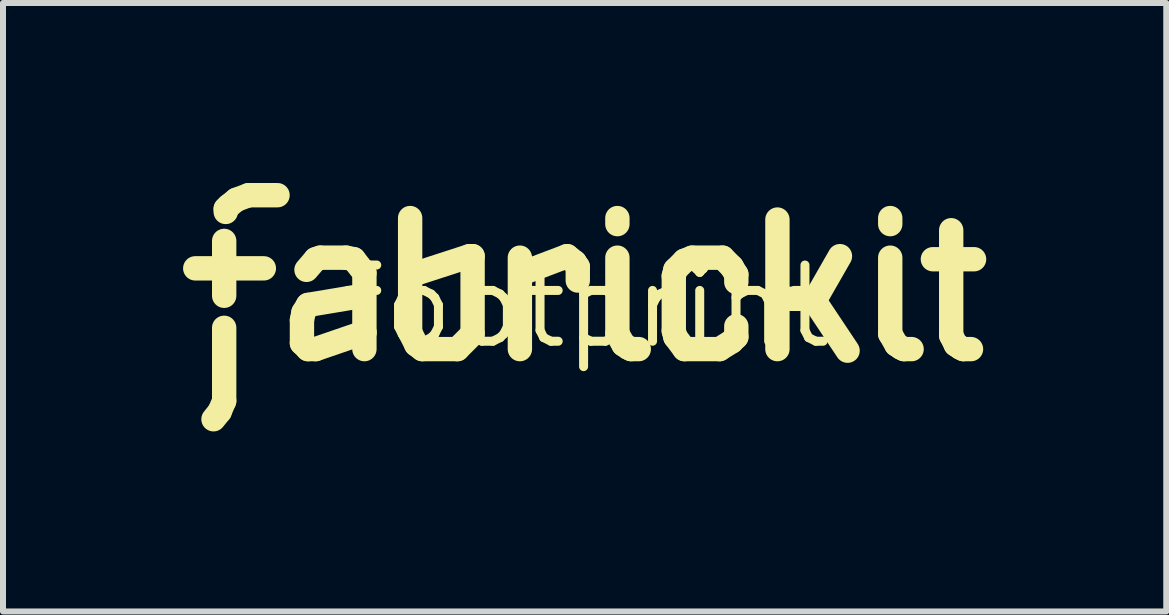
<source format=kicad_pcb>
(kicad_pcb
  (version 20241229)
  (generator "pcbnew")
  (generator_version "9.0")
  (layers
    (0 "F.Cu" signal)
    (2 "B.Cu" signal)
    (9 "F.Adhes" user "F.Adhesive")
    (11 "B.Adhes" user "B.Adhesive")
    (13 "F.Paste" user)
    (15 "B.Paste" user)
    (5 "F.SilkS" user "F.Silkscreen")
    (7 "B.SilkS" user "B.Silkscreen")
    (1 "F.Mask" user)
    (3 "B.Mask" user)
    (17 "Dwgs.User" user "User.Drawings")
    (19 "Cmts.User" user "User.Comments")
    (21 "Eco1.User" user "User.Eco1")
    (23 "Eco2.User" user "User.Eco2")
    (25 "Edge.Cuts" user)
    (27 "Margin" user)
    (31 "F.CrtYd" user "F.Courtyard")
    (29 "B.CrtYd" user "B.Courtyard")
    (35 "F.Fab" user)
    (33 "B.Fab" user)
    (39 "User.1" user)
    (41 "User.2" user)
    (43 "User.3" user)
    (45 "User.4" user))
  (footprint "footprint"
    (layer "F.Cu")
    (at 6.706 2.057)
    (property "Reference" "footprint" (at 0 0 0) (layer "F.SilkS") (effects (font (size 1.27 1.27) (thickness 0.15))))
    (fp_line (start -6.502 -0.635) (end -5.359 -0.635) (stroke (width 0.406) (type solid)) (layer "F.SilkS"))
    (fp_line (start -6.096 1.753) (end -6.198 1.88) (stroke (width 0.406) (type solid)) (layer "F.SilkS"))
    (fp_line (start -6.02 -1.092) (end -6.02 -0.178) (stroke (width 0.406) (type solid)) (layer "F.SilkS"))
    (fp_line (start -6.02 0.356) (end -6.02 1.575) (stroke (width 0.406) (type solid)) (layer "F.SilkS"))
    (fp_line (start -6.02 1.575) (end -6.096 1.753) (stroke (width 0.406) (type solid)) (layer "F.SilkS"))
    (fp_line (start -5.994 -1.626) (end -5.994 -1.575) (stroke (width 0.406) (type solid)) (layer "F.SilkS"))
    (fp_line (start -5.944 -1.676) (end -5.994 -1.626) (stroke (width 0.406) (type solid)) (layer "F.SilkS"))
    (fp_line (start -5.817 -1.778) (end -5.944 -1.676) (stroke (width 0.406) (type solid)) (layer "F.SilkS"))
    (fp_line (start -5.613 -1.854) (end -5.817 -1.778) (stroke (width 0.406) (type solid)) (layer "F.SilkS"))
    (fp_line (start -5.131 -1.854) (end -5.613 -1.854) (stroke (width 0.406) (type solid)) (layer "F.SilkS"))
    (fp_line (start -4.724 0.229) (end -4.724 0.61) (stroke (width 0.406) (type solid)) (layer "F.SilkS"))
    (fp_line (start -4.724 0.61) (end -4.623 0.711) (stroke (width 0.406) (type solid)) (layer "F.SilkS"))
    (fp_line (start -4.699 0.102) (end -4.724 0.229) (stroke (width 0.406) (type solid)) (layer "F.SilkS"))
    (fp_line (start -4.648 -0.61) (end -4.496 -0.787) (stroke (width 0.406) (type solid)) (layer "F.SilkS"))
    (fp_line (start -4.623 -0.025) (end -4.699 0.102) (stroke (width 0.406) (type solid)) (layer "F.SilkS"))
    (fp_line (start -4.623 0.711) (end -4.496 0.711) (stroke (width 0.406) (type solid)) (layer "F.SilkS"))
    (fp_line (start -4.496 -0.787) (end -4.42 -0.813) (stroke (width 0.406) (type solid)) (layer "F.SilkS"))
    (fp_line (start -4.496 0.711) (end -3.683 0.432) (stroke (width 0.406) (type solid)) (layer "F.SilkS"))
    (fp_line (start -4.42 -0.813) (end -3.988 -0.813) (stroke (width 0.406) (type solid)) (layer "F.SilkS"))
    (fp_line (start -3.988 -0.813) (end -3.861 -0.787) (stroke (width 0.406) (type solid)) (layer "F.SilkS"))
    (fp_line (start -3.861 -0.787) (end -3.683 -0.559) (stroke (width 0.406) (type solid)) (layer "F.SilkS"))
    (fp_line (start -3.708 -0.178) (end -4.623 -0.025) (stroke (width 0.406) (type solid)) (layer "F.SilkS"))
    (fp_line (start -3.683 -0.559) (end -3.683 0.432) (stroke (width 0.406) (type solid)) (layer "F.SilkS"))
    (fp_line (start -3.683 0.432) (end -3.683 0.711) (stroke (width 0.406) (type solid)) (layer "F.SilkS"))
    (fp_line (start -2.921 -1.473) (end -2.921 0.432) (stroke (width 0.406) (type solid)) (layer "F.SilkS"))
    (fp_line (start -2.921 0.432) (end -2.819 0.635) (stroke (width 0.406) (type solid)) (layer "F.SilkS"))
    (fp_line (start -2.819 0.635) (end -2.718 0.711) (stroke (width 0.406) (type solid)) (layer "F.SilkS"))
    (fp_line (start -2.718 0.711) (end -2.134 0.711) (stroke (width 0.406) (type solid)) (layer "F.SilkS"))
    (fp_line (start -2.134 0.711) (end -1.88 0.457) (stroke (width 0.406) (type solid)) (layer "F.SilkS"))
    (fp_line (start -1.93 -0.838) (end -2.87 -0.533) (stroke (width 0.406) (type solid)) (layer "F.SilkS"))
    (fp_line (start -1.88 -0.838) (end -1.93 -0.838) (stroke (width 0.406) (type solid)) (layer "F.SilkS"))
    (fp_line (start -1.88 0.457) (end -1.88 -0.838) (stroke (width 0.406) (type solid)) (layer "F.SilkS"))
    (fp_line (start -1.092 -0.813) (end -1.092 0.711) (stroke (width 0.406) (type solid)) (layer "F.SilkS"))
    (fp_line (start -1.041 -0.559) (end -0.305 -0.838) (stroke (width 0.406) (type solid)) (layer "F.SilkS"))
    (fp_line (start -0.305 -0.838) (end -0.178 -0.737) (stroke (width 0.406) (type solid)) (layer "F.SilkS"))
    (fp_line (start -0.178 -0.737) (end -0.127 -0.66) (stroke (width 0.406) (type solid)) (layer "F.SilkS"))
    (fp_line (start -0.127 -0.66) (end -0.127 -0.432) (stroke (width 0.406) (type solid)) (layer "F.SilkS"))
    (fp_line (start 0.533 -1.473) (end 0.533 -1.372) (stroke (width 0.406) (type solid)) (layer "F.SilkS"))
    (fp_line (start 0.533 -0.813) (end 0.533 0.457) (stroke (width 0.406) (type solid)) (layer "F.SilkS"))
    (fp_line (start 0.533 0.457) (end 0.635 0.635) (stroke (width 0.406) (type solid)) (layer "F.SilkS"))
    (fp_line (start 0.635 0.635) (end 0.711 0.686) (stroke (width 0.406) (type solid)) (layer "F.SilkS"))
    (fp_line (start 0.711 0.686) (end 0.762 0.711) (stroke (width 0.406) (type solid)) (layer "F.SilkS"))
    (fp_line (start 0.762 0.711) (end 0.889 0.711) (stroke (width 0.406) (type solid)) (layer "F.SilkS"))
    (fp_line (start 1.473 -0.508) (end 1.473 0.406) (stroke (width 0.406) (type solid)) (layer "F.SilkS"))
    (fp_line (start 1.473 0.406) (end 1.499 0.508) (stroke (width 0.406) (type solid)) (layer "F.SilkS"))
    (fp_line (start 1.499 -0.61) (end 1.473 -0.508) (stroke (width 0.406) (type solid)) (layer "F.SilkS"))
    (fp_line (start 1.499 0.508) (end 1.651 0.711) (stroke (width 0.406) (type solid)) (layer "F.SilkS"))
    (fp_line (start 1.651 -0.762) (end 1.499 -0.61) (stroke (width 0.406) (type solid)) (layer "F.SilkS"))
    (fp_line (start 1.651 0.711) (end 2.235 0.711) (stroke (width 0.406) (type solid)) (layer "F.SilkS"))
    (fp_line (start 1.778 -0.813) (end 1.651 -0.762) (stroke (width 0.406) (type solid)) (layer "F.SilkS"))
    (fp_line (start 2.235 0.711) (end 2.438 0.584) (stroke (width 0.406) (type solid)) (layer "F.SilkS"))
    (fp_line (start 2.286 -0.813) (end 1.778 -0.813) (stroke (width 0.406) (type solid)) (layer "F.SilkS"))
    (fp_line (start 2.438 -0.66) (end 2.286 -0.813) (stroke (width 0.406) (type solid)) (layer "F.SilkS"))
    (fp_line (start 2.438 0.584) (end 2.515 0.508) (stroke (width 0.406) (type solid)) (layer "F.SilkS"))
    (fp_line (start 2.515 -0.533) (end 2.438 -0.66) (stroke (width 0.406) (type solid)) (layer "F.SilkS"))
    (fp_line (start 2.515 -0.406) (end 2.515 -0.533) (stroke (width 0.406) (type solid)) (layer "F.SilkS"))
    (fp_line (start 2.515 0.508) (end 2.515 0.33) (stroke (width 0.406) (type solid)) (layer "F.SilkS"))
    (fp_line (start 3.2 -1.448) (end 3.2 0.711) (stroke (width 0.406) (type solid)) (layer "F.SilkS"))
    (fp_line (start 3.226 -0.127) (end 3.835 -0.127) (stroke (width 0.406) (type solid)) (layer "F.SilkS"))
    (fp_line (start 3.835 -0.127) (end 4.242 -0.838) (stroke (width 0.406) (type solid)) (layer "F.SilkS"))
    (fp_line (start 4.369 0.737) (end 3.81 -0.102) (stroke (width 0.406) (type solid)) (layer "F.SilkS"))
    (fp_line (start 5.08 -1.473) (end 5.08 -1.372) (stroke (width 0.406) (type solid)) (layer "F.SilkS"))
    (fp_line (start 5.08 -0.813) (end 5.08 0.457) (stroke (width 0.406) (type solid)) (layer "F.SilkS"))
    (fp_line (start 5.08 0.457) (end 5.182 0.635) (stroke (width 0.406) (type solid)) (layer "F.SilkS"))
    (fp_line (start 5.182 0.635) (end 5.258 0.686) (stroke (width 0.406) (type solid)) (layer "F.SilkS"))
    (fp_line (start 5.258 0.686) (end 5.309 0.711) (stroke (width 0.406) (type solid)) (layer "F.SilkS"))
    (fp_line (start 5.309 0.711) (end 5.436 0.711) (stroke (width 0.406) (type solid)) (layer "F.SilkS"))
    (fp_line (start 5.791 -0.787) (end 6.477 -0.787) (stroke (width 0.406) (type solid)) (layer "F.SilkS"))
    (fp_line (start 6.096 -1.27) (end 6.096 0.483) (stroke (width 0.406) (type solid)) (layer "F.SilkS"))
    (fp_line (start 6.096 0.483) (end 6.172 0.635) (stroke (width 0.406) (type solid)) (layer "F.SilkS"))
    (fp_line (start 6.172 0.635) (end 6.248 0.686) (stroke (width 0.406) (type solid)) (layer "F.SilkS"))
    (fp_line (start 6.248 0.686) (end 6.299 0.711) (stroke (width 0.406) (type solid)) (layer "F.SilkS"))
    (fp_line (start 6.299 0.711) (end 6.426 0.711) (stroke (width 0.406) (type solid)) (layer "F.SilkS")))
  (gr_rect
    (start -3 -3)
    (end 16.386 7.14)
    (stroke (width 0.1) (type default))
    (fill no)
    (layer "Edge.Cuts")))
</source>
